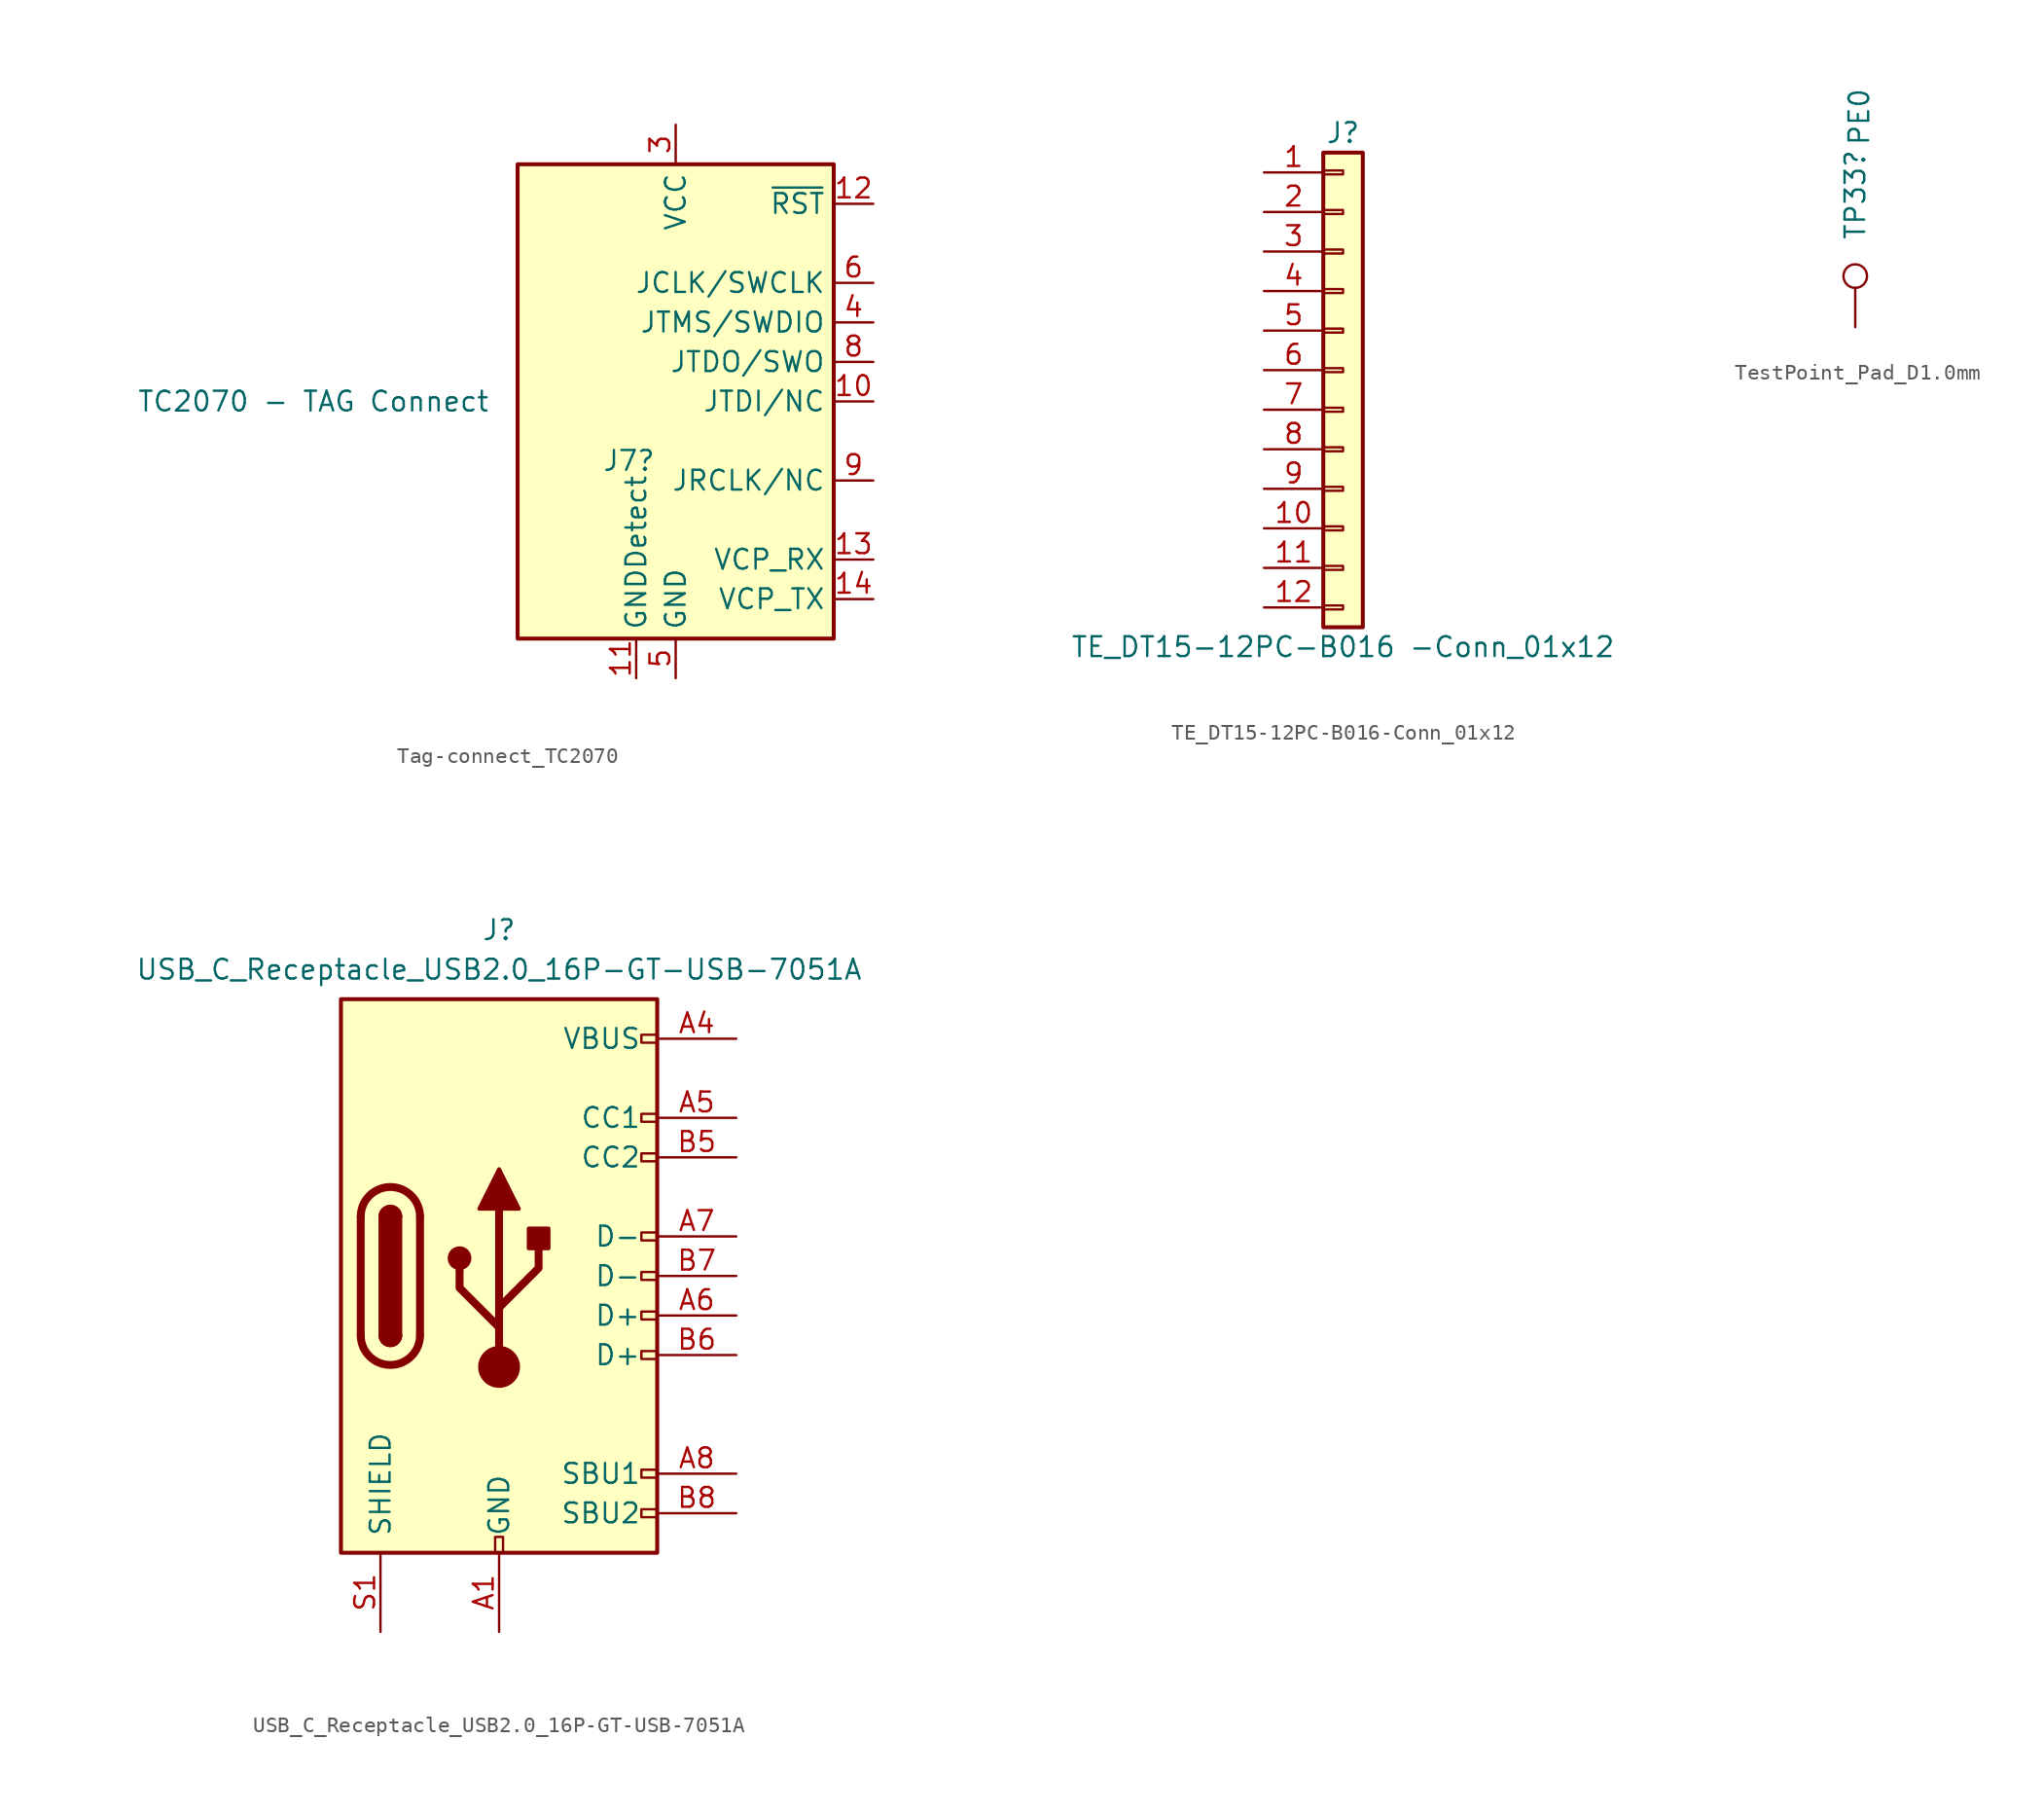
<source format=kicad_sym>
(kicad_symbol_lib
  (version 20241209)
  (generator "kicad_symbol_editor")
  (generator_version "9.0")
  (symbol "Tag-connect_TC2070"
    (property "Reference" "J7"
      (at -1.27 -3.81 0)
      (effects (font (size 1.27 1.27)) (justify right)))
    (property "Value" "TC2070 - TAG Connect"
      (at -11.938 0 0)
      (effects (font (size 1.27 1.27)) (justify right)))
    (symbol "Tag-connect_TC2070_0_1"
      (rectangle (start -10.16 15.24) (end 10.16 -15.24) (stroke (width 0.254) (type default)) (fill (type background))))
    (symbol "Tag-connect_TC2070_1_1"
      (pin no_connect line (at -10.16 5.08 0) (length 2.54) (hide yes) (name "NC" (effects (font (size 1.27 1.27)))) (number "1" (effects (font (size 1.27 1.27)))))
      (pin no_connect line (at -10.16 2.54 0) (length 2.54) (hide yes) (name "NC" (effects (font (size 1.27 1.27)))) (number "2" (effects (font (size 1.27 1.27)))))
      (pin passive line (at -2.54 -17.78 90) (length 2.54) (name "GNDDetect" (effects (font (size 1.27 1.27)))) (number "11" (effects (font (size 1.27 1.27)))))
      (pin power_in line (at 0 17.78 270) (length 2.54) (name "VCC" (effects (font (size 1.27 1.27)))) (number "3" (effects (font (size 1.27 1.27)))))
      (pin power_in line (at 0 -17.78 90) (length 2.54) (name "GND" (effects (font (size 1.27 1.27)))) (number "5" (effects (font (size 1.27 1.27)))))
      (pin passive line (at 0 -17.78 90) (length 2.54) (hide yes) (name "GND" (effects (font (size 1.27 1.27)))) (number "7" (effects (font (size 1.27 1.27)))))
      (pin open_collector line (at 12.7 12.7 180) (length 2.54) (name "~{RST}" (effects (font (size 1.27 1.27)))) (number "12" (effects (font (size 1.27 1.27)))))
      (pin output line (at 12.7 7.62 180) (length 2.54) (name "JCLK/SWCLK" (effects (font (size 1.27 1.27)))) (number "6" (effects (font (size 1.27 1.27)))))
      (pin bidirectional line (at 12.7 5.08 180) (length 2.54) (name "JTMS/SWDIO" (effects (font (size 1.27 1.27)))) (number "4" (effects (font (size 1.27 1.27)))))
      (pin input line (at 12.7 2.54 180) (length 2.54) (name "JTDO/SWO" (effects (font (size 1.27 1.27)))) (number "8" (effects (font (size 1.27 1.27)))))
      (pin output line (at 12.7 0 180) (length 2.54) (name "JTDI/NC" (effects (font (size 1.27 1.27)))) (number "10" (effects (font (size 1.27 1.27)))))
      (pin input line (at 12.7 -5.08 180) (length 2.54) (name "JRCLK/NC" (effects (font (size 1.27 1.27)))) (number "9" (effects (font (size 1.27 1.27)))))
      (pin output line (at 12.7 -10.16 180) (length 2.54) (name "VCP_RX" (effects (font (size 1.27 1.27)))) (number "13" (effects (font (size 1.27 1.27)))))
      (pin input line (at 12.7 -12.7 180) (length 2.54) (name "VCP_TX" (effects (font (size 1.27 1.27)))) (number "14" (effects (font (size 1.27 1.27)))))))
  (symbol "TE_DT15-12PC-B016-Conn_01x12"
    (pin_names
      (offset 1.016)
      (hide yes))
    (property "Reference" "J"
      (at 0 15.24 0)
      (effects (font (size 1.27 1.27))))
    (property "Value" "TE_DT15-12PC-B016 -Conn_01x12"
      (at 0 -17.78 0)
      (effects (font (size 1.27 1.27))))
    (symbol "TE_DT15-12PC-B016-Conn_01x12_1_1"
      (rectangle (start -1.27 13.97) (end 1.27 -16.51) (stroke (width 0.254) (type default)) (fill (type background)))
      (rectangle (start -1.27 12.827) (end 0 12.573) (stroke (width 0.152) (type default)) (fill (type none)))
      (rectangle (start -1.27 10.287) (end 0 10.033) (stroke (width 0.152) (type default)) (fill (type none)))
      (rectangle (start -1.27 7.747) (end 0 7.493) (stroke (width 0.152) (type default)) (fill (type none)))
      (rectangle (start -1.27 5.207) (end 0 4.953) (stroke (width 0.152) (type default)) (fill (type none)))
      (rectangle (start -1.27 2.667) (end 0 2.413) (stroke (width 0.152) (type default)) (fill (type none)))
      (rectangle (start -1.27 0.127) (end 0 -0.127) (stroke (width 0.152) (type default)) (fill (type none)))
      (rectangle (start -1.27 -2.413) (end 0 -2.667) (stroke (width 0.152) (type default)) (fill (type none)))
      (rectangle (start -1.27 -4.953) (end 0 -5.207) (stroke (width 0.152) (type default)) (fill (type none)))
      (rectangle (start -1.27 -7.493) (end 0 -7.747) (stroke (width 0.152) (type default)) (fill (type none)))
      (rectangle (start -1.27 -10.033) (end 0 -10.287) (stroke (width 0.152) (type default)) (fill (type none)))
      (rectangle (start -1.27 -12.573) (end 0 -12.827) (stroke (width 0.152) (type default)) (fill (type none)))
      (rectangle (start -1.27 -15.113) (end 0 -15.367) (stroke (width 0.152) (type default)) (fill (type none)))
      (pin passive line (at -5.08 12.7 0) (length 3.81) (name "Pin_1" (effects (font (size 1.27 1.27)))) (number "1" (effects (font (size 1.27 1.27)))))
      (pin passive line (at -5.08 10.16 0) (length 3.81) (name "Pin_2" (effects (font (size 1.27 1.27)))) (number "2" (effects (font (size 1.27 1.27)))))
      (pin passive line (at -5.08 7.62 0) (length 3.81) (name "Pin_3" (effects (font (size 1.27 1.27)))) (number "3" (effects (font (size 1.27 1.27)))))
      (pin passive line (at -5.08 5.08 0) (length 3.81) (name "Pin_4" (effects (font (size 1.27 1.27)))) (number "4" (effects (font (size 1.27 1.27)))))
      (pin passive line (at -5.08 2.54 0) (length 3.81) (name "Pin_5" (effects (font (size 1.27 1.27)))) (number "5" (effects (font (size 1.27 1.27)))))
      (pin passive line (at -5.08 0 0) (length 3.81) (name "Pin_6" (effects (font (size 1.27 1.27)))) (number "6" (effects (font (size 1.27 1.27)))))
      (pin passive line (at -5.08 -2.54 0) (length 3.81) (name "Pin_7" (effects (font (size 1.27 1.27)))) (number "7" (effects (font (size 1.27 1.27)))))
      (pin passive line (at -5.08 -5.08 0) (length 3.81) (name "Pin_8" (effects (font (size 1.27 1.27)))) (number "8" (effects (font (size 1.27 1.27)))))
      (pin passive line (at -5.08 -7.62 0) (length 3.81) (name "Pin_9" (effects (font (size 1.27 1.27)))) (number "9" (effects (font (size 1.27 1.27)))))
      (pin passive line (at -5.08 -10.16 0) (length 3.81) (name "Pin_10" (effects (font (size 1.27 1.27)))) (number "10" (effects (font (size 1.27 1.27)))))
      (pin passive line (at -5.08 -12.7 0) (length 3.81) (name "Pin_11" (effects (font (size 1.27 1.27)))) (number "11" (effects (font (size 1.27 1.27)))))
      (pin passive line (at -5.08 -15.24 0) (length 3.81) (name "Pin_12" (effects (font (size 1.27 1.27)))) (number "12" (effects (font (size 1.27 1.27)))))))
  (symbol "TestPoint_Pad_D1.0mm"
    (pin_numbers
      (hide yes))
    (pin_names
      (offset 0.762)
      (hide yes))
    (property "Reference" "TP33"
      (at 0 5.588 90)
      (effects (font (size 1.27 1.27)) (justify left)))
    (property "Value" "PE0"
      (at 0.254 11.684 90)
      (effects (font (size 1.27 1.27)) (justify left)))
    (symbol "TestPoint_Pad_D1.0mm_0_1"
      (circle (center 0 3.302) (radius 0.762) (stroke (width 0) (type default)) (fill (type none))))
    (symbol "TestPoint_Pad_D1.0mm_1_1"
      (pin passive line (at 0 0 90) (length 2.54) (name "1" (effects (font (size 1.27 1.27)))) (number "1" (effects (font (size 1.27 1.27)))))))
  (symbol "USB_C_Receptacle_USB2.0_16P-GT-USB-7051A"
    (pin_names
      (offset 1.016))
    (property "Reference" "J"
      (at 0 22.225 0)
      (effects (font (size 1.27 1.27))))
    (property "Value" "USB_C_Receptacle_USB2.0_16P-GT-USB-7051A"
      (at 0 19.685 0)
      (effects (font (size 1.27 1.27))))
    (symbol "USB_C_Receptacle_USB2.0_16P-GT-USB-7051A_0_0"
      (rectangle (start -0.254 -17.78) (end 0.254 -16.764) (stroke (width 0) (type default)) (fill (type none)))
      (rectangle (start 10.16 15.494) (end 9.144 14.986) (stroke (width 0) (type default)) (fill (type none)))
      (rectangle (start 10.16 10.414) (end 9.144 9.906) (stroke (width 0) (type default)) (fill (type none)))
      (rectangle (start 10.16 7.874) (end 9.144 7.366) (stroke (width 0) (type default)) (fill (type none)))
      (rectangle (start 10.16 2.794) (end 9.144 2.286) (stroke (width 0) (type default)) (fill (type none)))
      (rectangle (start 10.16 0.254) (end 9.144 -0.254) (stroke (width 0) (type default)) (fill (type none)))
      (rectangle (start 10.16 -2.286) (end 9.144 -2.794) (stroke (width 0) (type default)) (fill (type none)))
      (rectangle (start 10.16 -4.826) (end 9.144 -5.334) (stroke (width 0) (type default)) (fill (type none)))
      (rectangle (start 10.16 -12.446) (end 9.144 -12.954) (stroke (width 0) (type default)) (fill (type none)))
      (rectangle (start 10.16 -14.986) (end 9.144 -15.494) (stroke (width 0) (type default)) (fill (type none))))
    (symbol "USB_C_Receptacle_USB2.0_16P-GT-USB-7051A_0_1"
      (rectangle (start -10.16 17.78) (end 10.16 -17.78) (stroke (width 0.254) (type default)) (fill (type background)))
      (polyline (pts (xy -8.89 -3.81) (xy -8.89 3.81)) (stroke (width 0.508) (type default)) (fill (type none)))
      (rectangle (start -7.62 -3.81) (end -6.35 3.81) (stroke (width 0.254) (type default)) (fill (type outline)))
      (arc (start -7.62 3.81) (mid -6.985 4.4423) (end -6.35 3.81) (stroke (width 0.254) (type default)) (fill (type none)))
      (arc (start -7.62 3.81) (mid -6.985 4.4423) (end -6.35 3.81) (stroke (width 0.254) (type default)) (fill (type outline)))
      (arc (start -8.89 3.81) (mid -6.985 5.7067) (end -5.08 3.81) (stroke (width 0.508) (type default)) (fill (type none)))
      (arc (start -5.08 -3.81) (mid -6.985 -5.7067) (end -8.89 -3.81) (stroke (width 0.508) (type default)) (fill (type none)))
      (arc (start -6.35 -3.81) (mid -6.985 -4.4423) (end -7.62 -3.81) (stroke (width 0.254) (type default)) (fill (type none)))
      (arc (start -6.35 -3.81) (mid -6.985 -4.4423) (end -7.62 -3.81) (stroke (width 0.254) (type default)) (fill (type outline)))
      (polyline (pts (xy -5.08 3.81) (xy -5.08 -3.81)) (stroke (width 0.508) (type default)) (fill (type none)))
      (circle (center -2.54 1.143) (radius 0.635) (stroke (width 0.254) (type default)) (fill (type outline)))
      (polyline (pts (xy -1.27 4.318) (xy 0 6.858) (xy 1.27 4.318) (xy -1.27 4.318)) (stroke (width 0.254) (type default)) (fill (type outline)))
      (polyline (pts (xy 0 -2.032) (xy 2.54 0.508) (xy 2.54 1.778)) (stroke (width 0.508) (type default)) (fill (type none)))
      (polyline (pts (xy 0 -3.302) (xy -2.54 -0.762) (xy -2.54 0.508)) (stroke (width 0.508) (type default)) (fill (type none)))
      (polyline (pts (xy 0 -5.842) (xy 0 4.318)) (stroke (width 0.508) (type default)) (fill (type none)))
      (circle (center 0 -5.842) (radius 1.27) (stroke (width 0) (type default)) (fill (type outline)))
      (rectangle (start 1.905 1.778) (end 3.175 3.048) (stroke (width 0.254) (type default)) (fill (type outline))))
    (symbol "USB_C_Receptacle_USB2.0_16P-GT-USB-7051A_1_1"
      (pin passive line (at -7.62 -22.86 90) (length 5.08) (name "SHIELD" (effects (font (size 1.27 1.27)))) (number "S1" (effects (font (size 1.27 1.27)))))
      (pin passive line (at 0 -22.86 90) (length 5.08) (name "GND" (effects (font (size 1.27 1.27)))) (number "A1" (effects (font (size 1.27 1.27)))))
      (pin passive line (at 0 -22.86 90) (length 5.08) (hide yes) (name "GND" (effects (font (size 1.27 1.27)))) (number "A12" (effects (font (size 1.27 1.27)))))
      (pin passive line (at 0 -22.86 90) (length 5.08) (hide yes) (name "GND" (effects (font (size 1.27 1.27)))) (number "B1" (effects (font (size 1.27 1.27)))))
      (pin passive line (at 0 -22.86 90) (length 5.08) (hide yes) (name "GND" (effects (font (size 1.27 1.27)))) (number "B12" (effects (font (size 1.27 1.27)))))
      (pin passive line (at 15.24 15.24 180) (length 5.08) (name "VBUS" (effects (font (size 1.27 1.27)))) (number "A4" (effects (font (size 1.27 1.27)))))
      (pin passive line (at 15.24 15.24 180) (length 5.08) (hide yes) (name "VBUS" (effects (font (size 1.27 1.27)))) (number "A9" (effects (font (size 1.27 1.27)))))
      (pin passive line (at 15.24 15.24 180) (length 5.08) (hide yes) (name "VBUS" (effects (font (size 1.27 1.27)))) (number "B4" (effects (font (size 1.27 1.27)))))
      (pin passive line (at 15.24 15.24 180) (length 5.08) (hide yes) (name "VBUS" (effects (font (size 1.27 1.27)))) (number "B9" (effects (font (size 1.27 1.27)))))
      (pin bidirectional line (at 15.24 10.16 180) (length 5.08) (name "CC1" (effects (font (size 1.27 1.27)))) (number "A5" (effects (font (size 1.27 1.27)))))
      (pin bidirectional line (at 15.24 7.62 180) (length 5.08) (name "CC2" (effects (font (size 1.27 1.27)))) (number "B5" (effects (font (size 1.27 1.27)))))
      (pin bidirectional line (at 15.24 2.54 180) (length 5.08) (name "D-" (effects (font (size 1.27 1.27)))) (number "A7" (effects (font (size 1.27 1.27)))))
      (pin bidirectional line (at 15.24 0 180) (length 5.08) (name "D-" (effects (font (size 1.27 1.27)))) (number "B7" (effects (font (size 1.27 1.27)))))
      (pin bidirectional line (at 15.24 -2.54 180) (length 5.08) (name "D+" (effects (font (size 1.27 1.27)))) (number "A6" (effects (font (size 1.27 1.27)))))
      (pin bidirectional line (at 15.24 -5.08 180) (length 5.08) (name "D+" (effects (font (size 1.27 1.27)))) (number "B6" (effects (font (size 1.27 1.27)))))
      (pin bidirectional line (at 15.24 -12.7 180) (length 5.08) (name "SBU1" (effects (font (size 1.27 1.27)))) (number "A8" (effects (font (size 1.27 1.27)))))
      (pin bidirectional line (at 15.24 -15.24 180) (length 5.08) (name "SBU2" (effects (font (size 1.27 1.27)))) (number "B8" (effects (font (size 1.27 1.27))))))))
</source>
